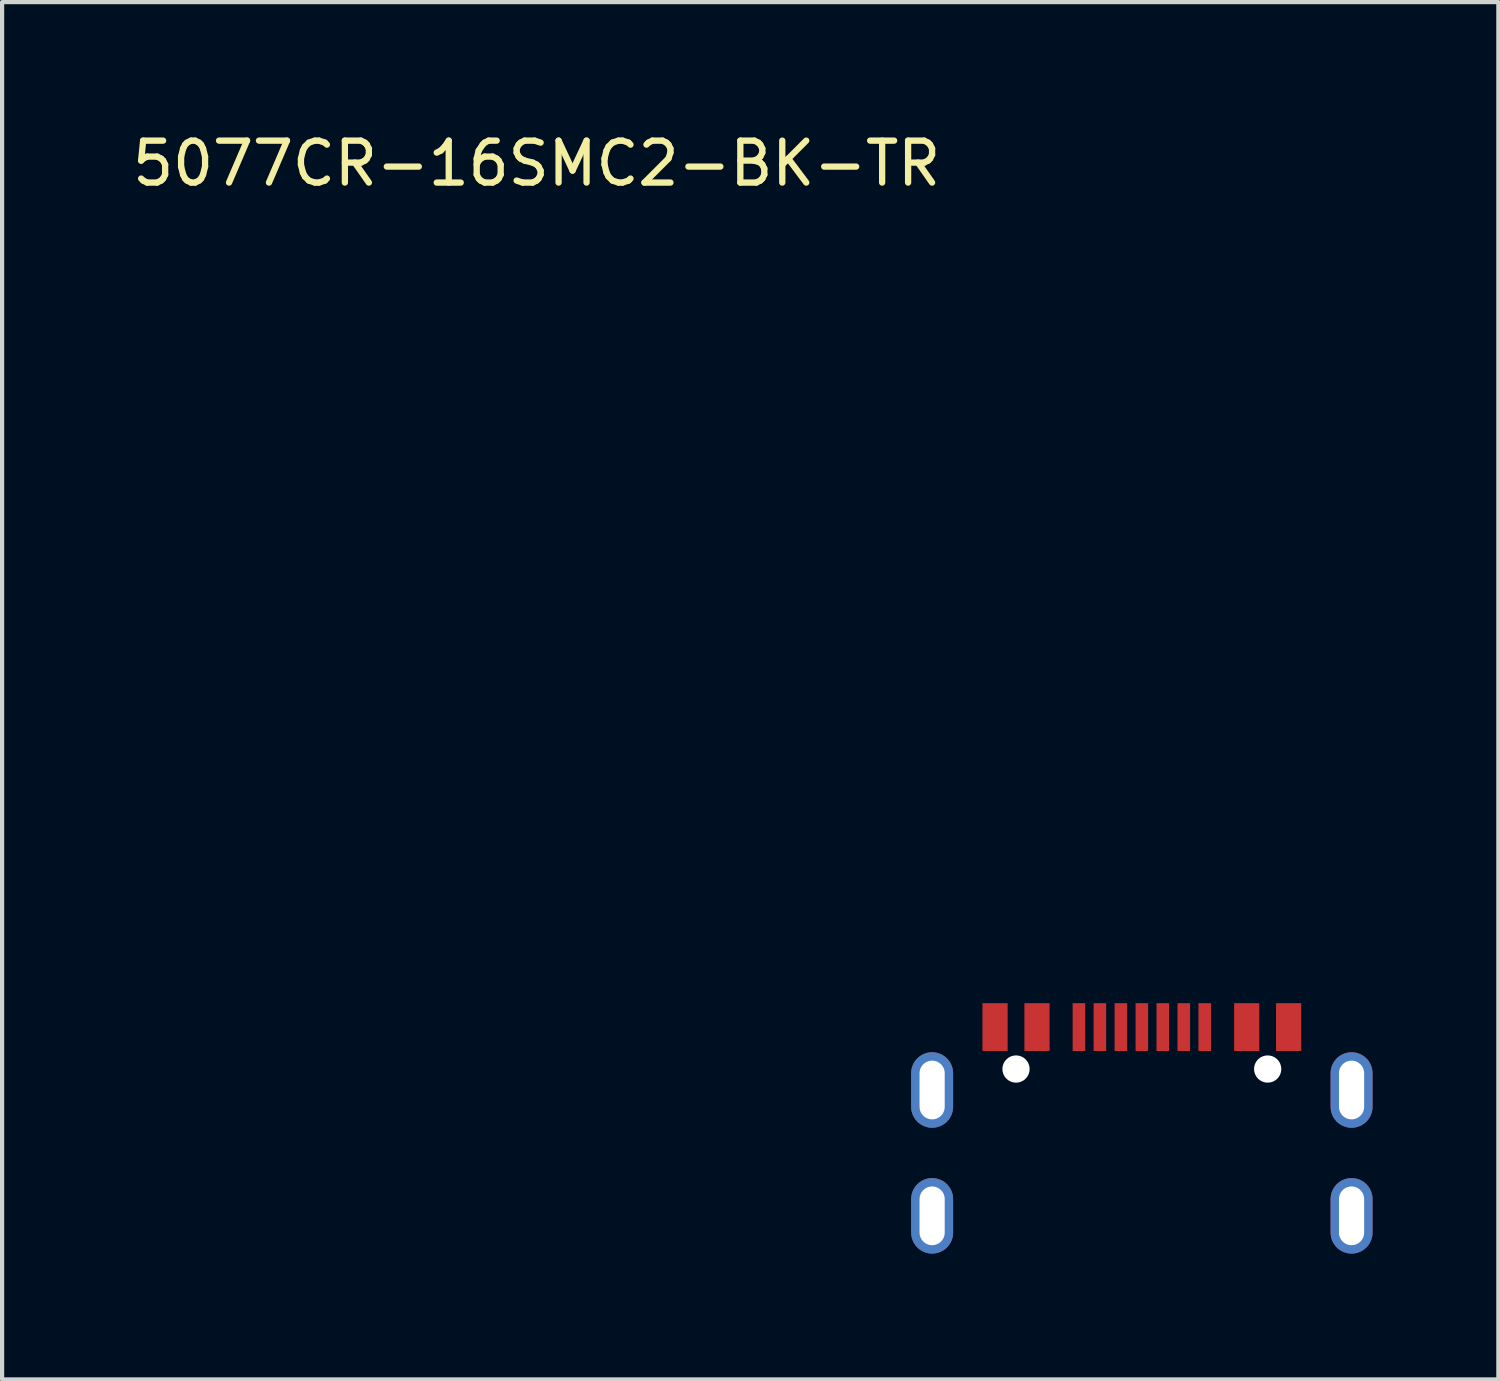
<source format=kicad_pcb>
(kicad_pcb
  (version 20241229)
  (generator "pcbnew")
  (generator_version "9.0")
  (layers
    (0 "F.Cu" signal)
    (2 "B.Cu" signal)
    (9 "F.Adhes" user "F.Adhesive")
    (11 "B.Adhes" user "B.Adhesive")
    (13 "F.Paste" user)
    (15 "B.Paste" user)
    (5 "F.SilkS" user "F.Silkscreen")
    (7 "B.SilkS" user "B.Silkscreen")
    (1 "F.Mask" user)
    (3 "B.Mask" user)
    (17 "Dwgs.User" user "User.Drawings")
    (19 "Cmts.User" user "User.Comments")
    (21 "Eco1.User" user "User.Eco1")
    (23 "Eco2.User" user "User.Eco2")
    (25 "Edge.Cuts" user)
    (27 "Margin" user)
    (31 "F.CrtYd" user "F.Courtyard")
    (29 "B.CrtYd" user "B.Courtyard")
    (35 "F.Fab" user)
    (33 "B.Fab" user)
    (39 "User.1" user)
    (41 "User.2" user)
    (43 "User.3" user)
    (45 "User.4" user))
  (footprint "5077CR-16SMC2-BK-TR"
    (layer "F.Cu")
    (at 21.174 21.938)
    (property "Reference" "5077CR-16SMC2-BK-TR" (at -11.43 -21.09 0) (layer "F.SilkS") (effects (font (size 1 1) (thickness 0.15))))
    (attr through_hole)
    (pad "" np_thru_hole circle (at 0 0.5) (size 0.65 0.65) (drill 0.65) (layers "*.Cu" "*.Mask"))
    (pad "" np_thru_hole circle (at 6 0.5) (size 0.65 0.65) (drill 0.65) (layers "*.Cu" "*.Mask"))
    (pad "1" smd rect (at -0.5 -0.5) (size 0.6 1.14) (layers "F.Cu" "F.Mask" "F.Paste"))
    (pad "2" smd rect (at 0.5 -0.5) (size 0.6 1.14) (layers "F.Cu" "F.Mask" "F.Paste"))
    (pad "3" smd rect (at 1.5 -0.5) (size 0.3 1.14) (layers "F.Cu" "F.Mask" "F.Paste"))
    (pad "4" smd rect (at 2 -0.5) (size 0.3 1.14) (layers "F.Cu" "F.Mask" "F.Paste"))
    (pad "5" smd rect (at 2.5 -0.5) (size 0.3 1.14) (layers "F.Cu" "F.Mask" "F.Paste"))
    (pad "6" smd rect (at 3 -0.5) (size 0.3 1.14) (layers "F.Cu" "F.Mask" "F.Paste"))
    (pad "7" smd rect (at 3.5 -0.5) (size 0.3 1.14) (layers "F.Cu" "F.Mask" "F.Paste"))
    (pad "8" smd rect (at 4 -0.5) (size 0.3 1.14) (layers "F.Cu" "F.Mask" "F.Paste"))
    (pad "9" smd rect (at 4.5 -0.5) (size 0.3 1.14) (layers "F.Cu" "F.Mask" "F.Paste"))
    (pad "10" smd rect (at 5.5 -0.5) (size 0.6 1.14) (layers "F.Cu" "F.Mask" "F.Paste"))
    (pad "11" smd rect (at 6.5 -0.5) (size 0.6 1.14) (layers "F.Cu" "F.Mask" "F.Paste"))
    (pad "12" thru_hole oval (at -2 1) (size 1 1.8) (drill oval 0.6 1.4) (layers "*.Cu" "*.Mask"))
    (pad "13" thru_hole oval (at -2 4) (size 1 1.8) (drill oval 0.6 1.4) (layers "*.Cu" "*.Mask"))
    (pad "14" thru_hole oval (at 8 1) (size 1 1.8) (drill oval 0.6 1.4) (layers "*.Cu" "*.Mask"))
    (pad "15" thru_hole oval (at 8 4) (size 1 1.8) (drill oval 0.6 1.4) (layers "*.Cu" "*.Mask")))
  (gr_rect
    (start -3 -3)
    (end 32.674 29.838)
    (stroke (width 0.1) (type default))
    (fill no)
    (layer "Edge.Cuts")))
</source>
